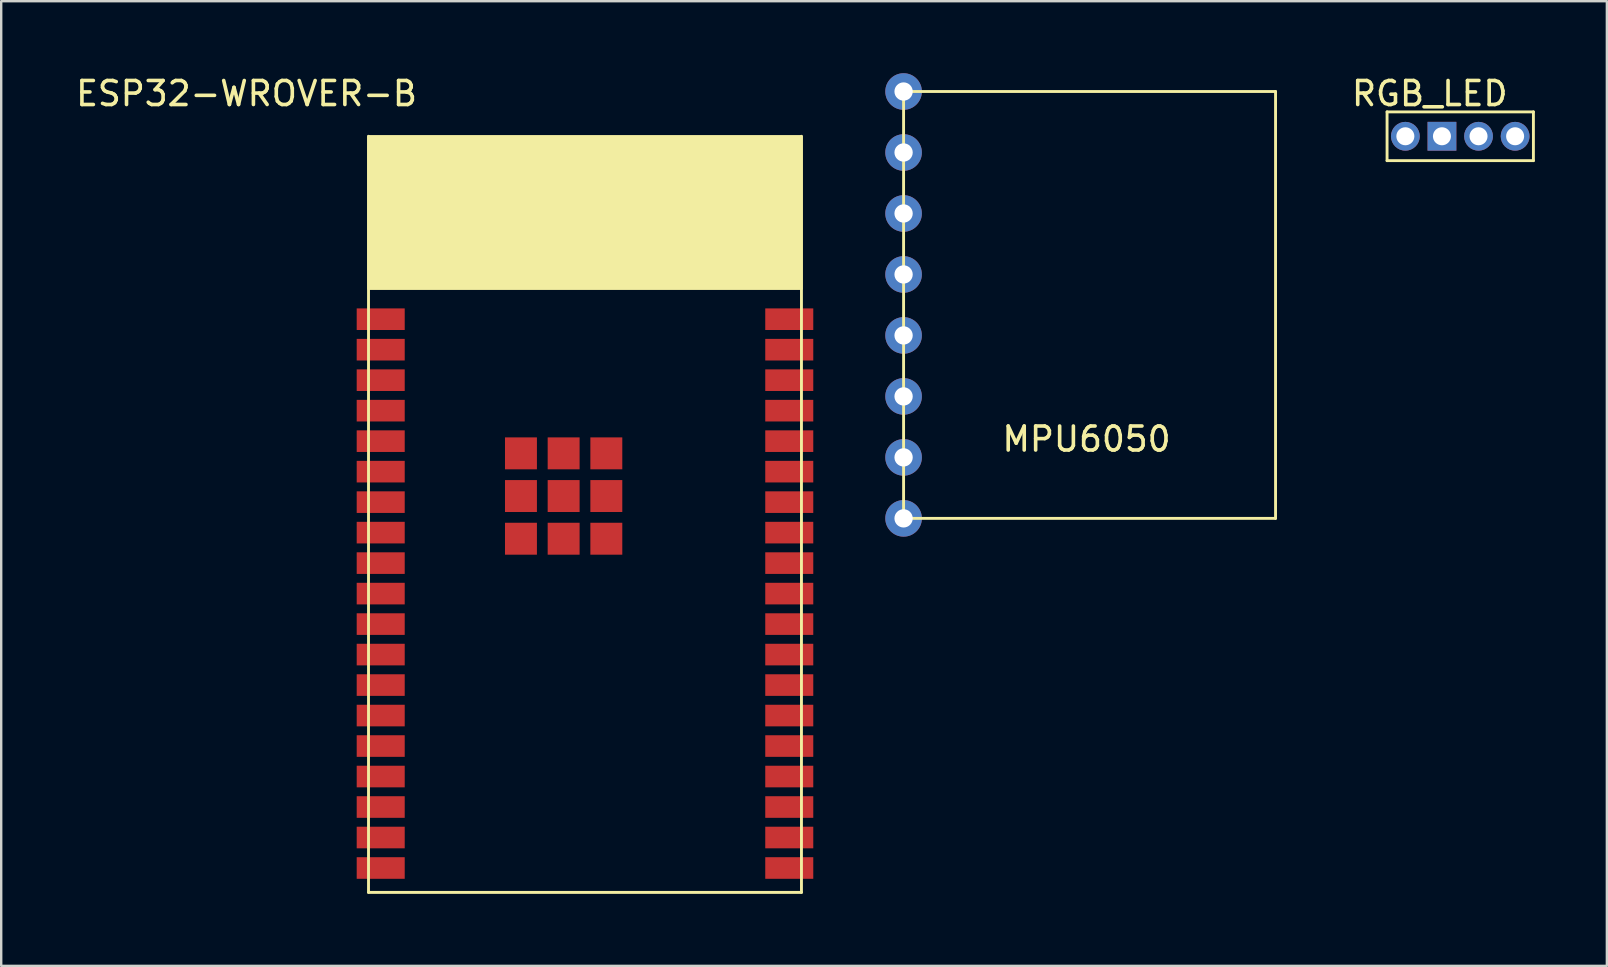
<source format=kicad_pcb>
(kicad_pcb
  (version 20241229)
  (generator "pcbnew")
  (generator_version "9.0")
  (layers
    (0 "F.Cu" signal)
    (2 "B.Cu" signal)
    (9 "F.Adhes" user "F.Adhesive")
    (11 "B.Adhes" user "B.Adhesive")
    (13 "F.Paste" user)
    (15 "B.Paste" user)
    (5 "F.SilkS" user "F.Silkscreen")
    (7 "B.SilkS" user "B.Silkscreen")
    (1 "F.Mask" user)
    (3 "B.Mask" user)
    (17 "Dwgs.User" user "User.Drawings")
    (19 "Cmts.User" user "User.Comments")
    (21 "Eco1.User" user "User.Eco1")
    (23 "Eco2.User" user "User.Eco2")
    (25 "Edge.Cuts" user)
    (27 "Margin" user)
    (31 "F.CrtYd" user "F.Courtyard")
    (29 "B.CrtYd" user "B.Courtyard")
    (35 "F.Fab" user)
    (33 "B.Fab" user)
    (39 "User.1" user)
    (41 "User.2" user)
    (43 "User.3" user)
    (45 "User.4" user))
  (footprint "RGB_LED"
    (layer "F.Cu")
    (at 57.775 2.626)
    (property "Reference" "RGB_LED" (at -1.27 -1.778 0) (layer "F.SilkS") (effects (font (size 1 1) (thickness 0.15))))
    (attr through_hole)
    (fp_line (start -3.048 -1.016) (end 3.048 -1.016) (stroke (width 0.12) (type solid)) (layer "F.SilkS"))
    (fp_line (start -3.048 1.016) (end -3.048 -1.016) (stroke (width 0.12) (type solid)) (layer "F.SilkS"))
    (fp_line (start 3.048 -1.016) (end 3.048 1.016) (stroke (width 0.12) (type solid)) (layer "F.SilkS"))
    (fp_line (start 3.048 1.016) (end -3.048 1.016) (stroke (width 0.12) (type solid)) (layer "F.SilkS"))
    (pad "1" thru_hole circle (at -2.286 0) (size 1.2 1.2) (drill 0.75) (layers "*.Cu" "*.Mask"))
    (pad "2" thru_hole circle (at 0.762 0) (size 1.2 1.2) (drill 0.75) (layers "*.Cu" "*.Mask"))
    (pad "3" thru_hole circle (at 2.286 0) (size 1.2 1.2) (drill 0.75) (layers "*.Cu" "*.Mask"))
    (pad "4" thru_hole rect (at -0.762 0) (size 1.2 1.2) (drill 0.75) (layers "*.Cu" "*.Mask")))
  (footprint "MPU6050"
    (layer "F.Cu")
    (at 34.588 0.762)
    (property "Reference" "MPU6050" (at 7.62 14.478 0) (layer "F.SilkS") (effects (font (size 1 1) (thickness 0.15))))
    (attr through_hole)
    (fp_line (start 0 0) (end 15.494 0) (stroke (width 0.12) (type solid)) (layer "F.SilkS"))
    (fp_line (start 0 17.78) (end 0 0) (stroke (width 0.12) (type solid)) (layer "F.SilkS"))
    (fp_line (start 15.494 0) (end 15.494 17.78) (stroke (width 0.12) (type solid)) (layer "F.SilkS"))
    (fp_line (start 15.494 17.78) (end 0 17.78) (stroke (width 0.12) (type solid)) (layer "F.SilkS"))
    (pad "0" thru_hole circle (at 0 0) (size 1.524 1.524) (drill 0.762) (layers "*.Cu" "*.Mask"))
    (pad "1" thru_hole circle (at 0 2.54) (size 1.524 1.524) (drill 0.762) (layers "*.Cu" "*.Mask"))
    (pad "2" thru_hole circle (at 0 5.08) (size 1.524 1.524) (drill 0.762) (layers "*.Cu" "*.Mask"))
    (pad "3" thru_hole circle (at 0 7.62) (size 1.524 1.524) (drill 0.762) (layers "*.Cu" "*.Mask"))
    (pad "4" thru_hole circle (at 0 10.16) (size 1.524 1.524) (drill 0.762) (layers "*.Cu" "*.Mask"))
    (pad "5" thru_hole circle (at 0 12.7) (size 1.524 1.524) (drill 0.762) (layers "*.Cu" "*.Mask"))
    (pad "6" thru_hole circle (at 0 15.24) (size 1.524 1.524) (drill 0.762) (layers "*.Cu" "*.Mask"))
    (pad "7" thru_hole circle (at 0 17.78) (size 1.524 1.524) (drill 0.762) (layers "*.Cu" "*.Mask")))
  (footprint "ESP32-WROVER-B"
    (layer "F.Cu")
    (at 11.792 2.626)
    (property "Reference" "ESP32-WROVER-B" (at -4.572 -1.778 0) (layer "F.SilkS") (effects (font (size 1 1) (thickness 0.15))))
    (attr through_hole)
    (fp_line (start 0.508 0) (end 0.508 31.496) (stroke (width 0.12) (type solid)) (layer "F.SilkS"))
    (fp_line (start 0.508 31.496) (end 18.542 31.496) (stroke (width 0.12) (type solid)) (layer "F.SilkS"))
    (fp_line (start 18.542 31.496) (end 18.542 0) (stroke (width 0.12) (type solid)) (layer "F.SilkS"))
    (fp_poly (pts (xy 0.508 0) (xy 18.542 0) (xy 18.542 6.35) (xy 0.508 6.35)) (stroke (width 0.1) (type solid)) (fill yes) (layer "F.SilkS"))
    (pad "1" smd rect (at 1.016 7.62) (size 2 0.9) (layers "F.Cu" "F.Mask" "F.Paste"))
    (pad "2" smd rect (at 1.016 8.89) (size 2 0.9) (layers "F.Cu" "F.Mask" "F.Paste"))
    (pad "3" smd rect (at 1.016 10.16) (size 2 0.9) (layers "F.Cu" "F.Mask" "F.Paste"))
    (pad "4" smd rect (at 1.016 11.43) (size 2 0.9) (layers "F.Cu" "F.Mask" "F.Paste"))
    (pad "5" smd rect (at 1.016 12.7) (size 2 0.9) (layers "F.Cu" "F.Mask" "F.Paste"))
    (pad "6" smd rect (at 1.016 13.97) (size 2 0.9) (layers "F.Cu" "F.Mask" "F.Paste"))
    (pad "7" smd rect (at 1.016 15.24) (size 2 0.9) (layers "F.Cu" "F.Mask" "F.Paste"))
    (pad "8" smd rect (at 1.016 16.51) (size 2 0.9) (layers "F.Cu" "F.Mask" "F.Paste"))
    (pad "9" smd rect (at 1.016 17.78) (size 2 0.9) (layers "F.Cu" "F.Mask" "F.Paste"))
    (pad "10" smd rect (at 1.016 19.05) (size 2 0.9) (layers "F.Cu" "F.Mask" "F.Paste"))
    (pad "11" smd rect (at 1.016 20.32) (size 2 0.9) (layers "F.Cu" "F.Mask" "F.Paste"))
    (pad "12" smd rect (at 1.016 21.59) (size 2 0.9) (layers "F.Cu" "F.Mask" "F.Paste"))
    (pad "13" smd rect (at 1.016 22.86) (size 2 0.9) (layers "F.Cu" "F.Mask" "F.Paste"))
    (pad "14" smd rect (at 1.016 24.13) (size 2 0.9) (layers "F.Cu" "F.Mask" "F.Paste"))
    (pad "15" smd rect (at 1.016 25.4) (size 2 0.9) (layers "F.Cu" "F.Mask" "F.Paste"))
    (pad "16" smd rect (at 1.016 26.67) (size 2 0.9) (layers "F.Cu" "F.Mask" "F.Paste"))
    (pad "17" smd rect (at 1.016 27.94) (size 2 0.9) (layers "F.Cu" "F.Mask" "F.Paste"))
    (pad "18" smd rect (at 1.016 29.21) (size 2 0.9) (layers "F.Cu" "F.Mask" "F.Paste"))
    (pad "19" smd rect (at 1.016 30.48) (size 2 0.9) (layers "F.Cu" "F.Mask" "F.Paste"))
    (pad "20" smd rect (at 18.034 30.48) (size 2 0.9) (layers "F.Cu" "F.Mask" "F.Paste"))
    (pad "21" smd rect (at 18.034 29.21) (size 2 0.9) (layers "F.Cu" "F.Mask" "F.Paste"))
    (pad "22" smd rect (at 18.034 27.94) (size 2 0.9) (layers "F.Cu" "F.Mask" "F.Paste"))
    (pad "23" smd rect (at 18.034 26.67) (size 2 0.9) (layers "F.Cu" "F.Mask" "F.Paste"))
    (pad "24" smd rect (at 18.034 25.4) (size 2 0.9) (layers "F.Cu" "F.Mask" "F.Paste"))
    (pad "25" smd rect (at 18.034 24.13) (size 2 0.9) (layers "F.Cu" "F.Mask" "F.Paste"))
    (pad "26" smd rect (at 18.034 22.86) (size 2 0.9) (layers "F.Cu" "F.Mask" "F.Paste"))
    (pad "27" smd rect (at 18.034 21.59) (size 2 0.9) (layers "F.Cu" "F.Mask" "F.Paste"))
    (pad "28" smd rect (at 18.034 20.32) (size 2 0.9) (layers "F.Cu" "F.Mask" "F.Paste"))
    (pad "29" smd rect (at 18.034 19.05) (size 2 0.9) (layers "F.Cu" "F.Mask" "F.Paste"))
    (pad "30" smd rect (at 18.034 17.78) (size 2 0.9) (layers "F.Cu" "F.Mask" "F.Paste"))
    (pad "31" smd rect (at 18.034 16.51) (size 2 0.9) (layers "F.Cu" "F.Mask" "F.Paste"))
    (pad "32" smd rect (at 18.034 15.24) (size 2 0.9) (layers "F.Cu" "F.Mask" "F.Paste"))
    (pad "33" smd rect (at 18.034 13.97) (size 2 0.9) (layers "F.Cu" "F.Mask" "F.Paste"))
    (pad "34" smd rect (at 18.034 12.7) (size 2 0.9) (layers "F.Cu" "F.Mask" "F.Paste"))
    (pad "35" smd rect (at 18.034 11.43) (size 2 0.9) (layers "F.Cu" "F.Mask" "F.Paste"))
    (pad "36" smd rect (at 18.034 10.16) (size 2 0.9) (layers "F.Cu" "F.Mask" "F.Paste"))
    (pad "37" smd rect (at 18.034 8.89) (size 2 0.9) (layers "F.Cu" "F.Mask" "F.Paste"))
    (pad "38" smd rect (at 18.034 7.62) (size 2 0.9) (layers "F.Cu" "F.Mask" "F.Paste"))
    (pad "39" smd rect (at 6.858 13.208) (size 1.33 1.33) (layers "F.Cu" "F.Mask" "F.Paste"))
    (pad "39" smd rect (at 6.858 14.986) (size 1.33 1.33) (layers "F.Cu" "F.Mask" "F.Paste"))
    (pad "39" smd rect (at 6.858 16.764) (size 1.33 1.33) (layers "F.Cu" "F.Mask" "F.Paste"))
    (pad "39" smd rect (at 8.636 13.208) (size 1.33 1.33) (layers "F.Cu" "F.Mask" "F.Paste"))
    (pad "39" smd rect (at 8.636 14.986) (size 1.33 1.33) (layers "F.Cu" "F.Mask" "F.Paste"))
    (pad "39" smd rect (at 8.636 16.764) (size 1.33 1.33) (layers "F.Cu" "F.Mask" "F.Paste"))
    (pad "39" smd rect (at 10.414 13.208) (size 1.33 1.33) (layers "F.Cu" "F.Mask" "F.Paste"))
    (pad "39" smd rect (at 10.414 14.986) (size 1.33 1.33) (layers "F.Cu" "F.Mask" "F.Paste"))
    (pad "39" smd rect (at 10.414 16.764) (size 1.33 1.33) (layers "F.Cu" "F.Mask" "F.Paste")))
  (gr_rect
    (start -3 -3)
    (end 63.883 37.182)
    (stroke (width 0.1) (type default))
    (fill no)
    (layer "Edge.Cuts")))
</source>
